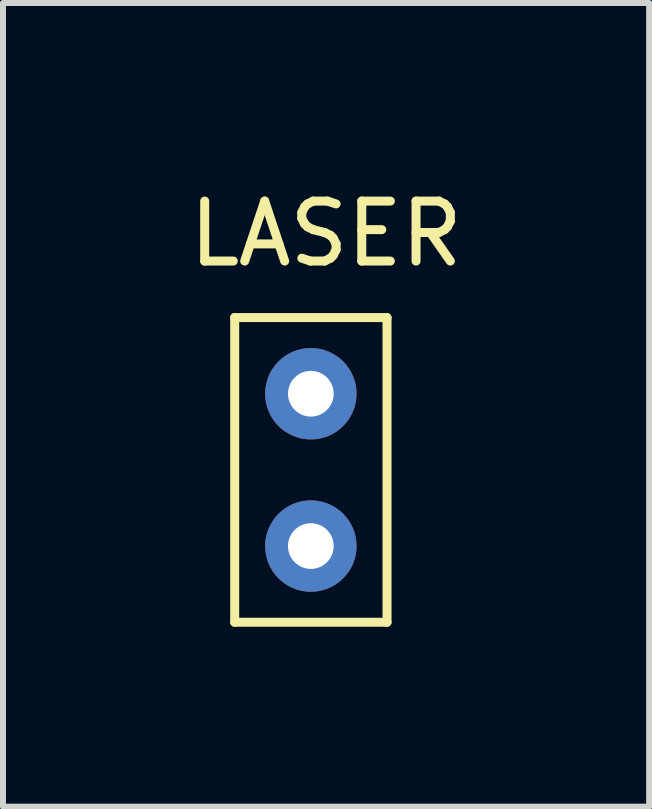
<source format=kicad_pcb>
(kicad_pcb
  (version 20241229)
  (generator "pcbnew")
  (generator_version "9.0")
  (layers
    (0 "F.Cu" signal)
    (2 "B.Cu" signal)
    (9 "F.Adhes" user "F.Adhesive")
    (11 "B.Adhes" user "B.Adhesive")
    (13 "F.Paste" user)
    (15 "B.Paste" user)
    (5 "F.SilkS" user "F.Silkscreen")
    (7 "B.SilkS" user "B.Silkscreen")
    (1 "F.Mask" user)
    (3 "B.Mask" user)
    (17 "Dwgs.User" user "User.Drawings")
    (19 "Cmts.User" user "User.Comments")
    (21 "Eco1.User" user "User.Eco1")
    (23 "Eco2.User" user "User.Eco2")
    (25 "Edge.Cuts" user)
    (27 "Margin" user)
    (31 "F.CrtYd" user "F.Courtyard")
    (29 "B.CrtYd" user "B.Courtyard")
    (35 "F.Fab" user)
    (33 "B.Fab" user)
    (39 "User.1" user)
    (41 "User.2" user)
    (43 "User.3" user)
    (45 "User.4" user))
  (footprint "LASER"
    (layer "F.Cu")
    (at 2.133 4.785)
    (property "Reference" "LASER" (at 0.254 -3.937 0) (layer "F.SilkS") (effects (font (size 1 1) (thickness 0.15))))
    (attr through_hole)
    (fp_line (start -1.27 -2.54) (end 1.27 -2.54) (stroke (width 0.15) (type solid)) (layer "F.SilkS"))
    (fp_line (start -1.27 2.54) (end -1.27 -2.54) (stroke (width 0.15) (type solid)) (layer "F.SilkS"))
    (fp_line (start 1.27 -2.54) (end 1.27 2.54) (stroke (width 0.15) (type solid)) (layer "F.SilkS"))
    (fp_line (start 1.27 2.54) (end -1.27 2.54) (stroke (width 0.15) (type solid)) (layer "F.SilkS"))
    (pad "1" thru_hole circle (at 0 -1.27) (size 1.524 1.524) (drill 0.762) (layers "*.Cu" "*.Mask"))
    (pad "3" thru_hole circle (at 0 1.27) (size 1.524 1.524) (drill 0.762) (layers "*.Cu" "*.Mask")))
  (gr_rect
    (start -3 -3)
    (end 7.774 10.4)
    (stroke (width 0.1) (type default))
    (fill no)
    (layer "Edge.Cuts")))
</source>
